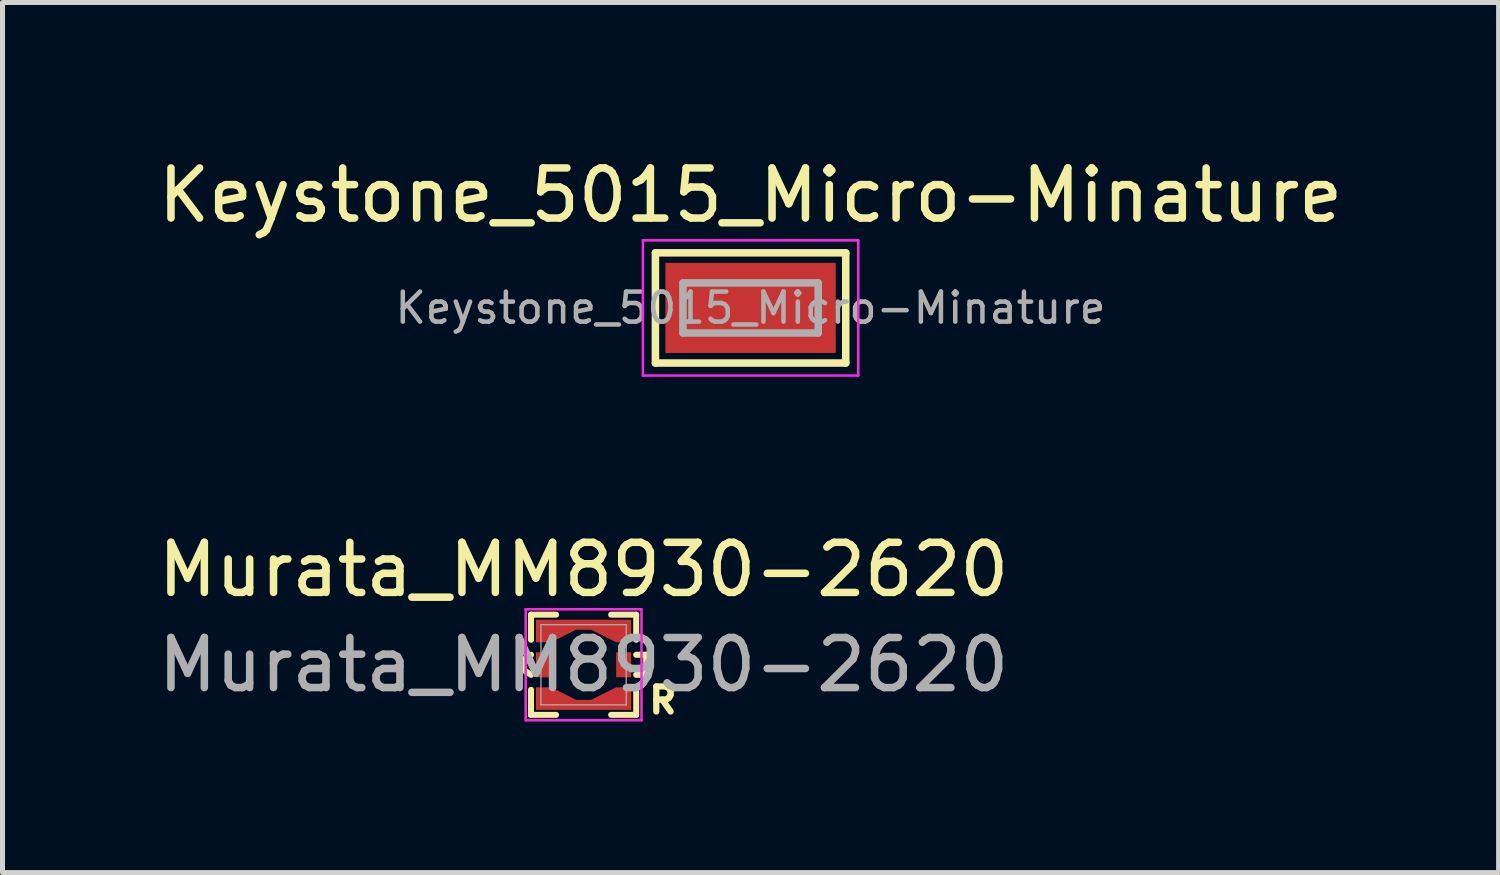
<source format=kicad_pcb>
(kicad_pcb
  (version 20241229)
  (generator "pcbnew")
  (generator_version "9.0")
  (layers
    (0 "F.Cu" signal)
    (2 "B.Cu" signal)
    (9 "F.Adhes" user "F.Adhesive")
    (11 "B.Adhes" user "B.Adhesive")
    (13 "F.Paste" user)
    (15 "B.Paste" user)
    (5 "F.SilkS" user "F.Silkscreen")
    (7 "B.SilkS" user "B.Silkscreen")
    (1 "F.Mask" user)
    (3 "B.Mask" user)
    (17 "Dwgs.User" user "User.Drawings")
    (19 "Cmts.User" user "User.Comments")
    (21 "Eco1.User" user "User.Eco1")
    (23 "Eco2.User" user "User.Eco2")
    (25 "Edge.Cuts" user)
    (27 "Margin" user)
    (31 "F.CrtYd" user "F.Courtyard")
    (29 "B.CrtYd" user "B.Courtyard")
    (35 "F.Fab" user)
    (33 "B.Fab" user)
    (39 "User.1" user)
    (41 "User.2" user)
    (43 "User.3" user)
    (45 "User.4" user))
  (footprint "Murata_MM8930-2620"
    (layer "F.Cu")
    (at 8.601 10.222)
    (property "Reference" "Murata_MM8930-2620" (at 0 -1.9 0) (unlocked yes) (layer "F.SilkS") (effects (font (size 1 1) (thickness 0.15))))
    (attr smd)
    (fp_line (start -1.2 -0.1) (end -1.2 0.1) (stroke (width 0.12) (type default)) (layer "F.SilkS"))
    (fp_line (start -1.2 0.1) (end -1.05 0.2) (stroke (width 0.12) (type default)) (layer "F.SilkS"))
    (fp_line (start -1.05 -1) (end -1.05 -0.5) (stroke (width 0.12) (type default)) (layer "F.SilkS"))
    (fp_line (start -1.05 -1) (end -0.55 -1) (stroke (width 0.12) (type default)) (layer "F.SilkS"))
    (fp_line (start -1.05 -0.2) (end -1.2 -0.1) (stroke (width 0.12) (type default)) (layer "F.SilkS"))
    (fp_line (start -1.05 1) (end -1.05 0.5) (stroke (width 0.12) (type default)) (layer "F.SilkS"))
    (fp_line (start -1.05 1) (end -0.55 1) (stroke (width 0.12) (type default)) (layer "F.SilkS"))
    (fp_line (start 1.05 -1) (end 0.55 -1) (stroke (width 0.12) (type default)) (layer "F.SilkS"))
    (fp_line (start 1.05 -1) (end 1.05 -0.5) (stroke (width 0.12) (type default)) (layer "F.SilkS"))
    (fp_line (start 1.05 -0.2) (end 1.25 -0.2) (stroke (width 0.12) (type default)) (layer "F.SilkS"))
    (fp_line (start 1.05 1) (end 0.55 1) (stroke (width 0.12) (type default)) (layer "F.SilkS"))
    (fp_line (start 1.05 1) (end 1.05 0.5) (stroke (width 0.12) (type default)) (layer "F.SilkS"))
    (fp_line (start 1.25 -0.2) (end 1.25 0.2) (stroke (width 0.12) (type default)) (layer "F.SilkS"))
    (fp_line (start 1.25 0.2) (end 1.05 0.2) (stroke (width 0.12) (type default)) (layer "F.SilkS"))
    (fp_line (start -1.156 -1.108) (end -1.156 1.108) (stroke (width 0.05) (type solid)) (layer "F.CrtYd"))
    (fp_line (start -1.156 1.108) (end 1.156 1.108) (stroke (width 0.05) (type solid)) (layer "F.CrtYd"))
    (fp_line (start 1.156 -1.108) (end -1.156 -1.108) (stroke (width 0.05) (type solid)) (layer "F.CrtYd"))
    (fp_line (start 1.156 1.108) (end 1.156 -1.108) (stroke (width 0.05) (type solid)) (layer "F.CrtYd"))
    (fp_line (start -0.851 -0.8) (end -0.851 0.8) (stroke (width 0.025) (type solid)) (layer "F.Fab"))
    (fp_line (start -0.851 0.8) (end 0.851 0.8) (stroke (width 0.025) (type solid)) (layer "F.Fab"))
    (fp_line (start 0.851 -0.8) (end -0.851 -0.8) (stroke (width 0.025) (type solid)) (layer "F.Fab"))
    (fp_line (start 0.851 0.8) (end 0.851 -0.8) (stroke (width 0.025) (type solid)) (layer "F.Fab"))
    (fp_text user "R" (at 1.25 1 0) (unlocked yes) (layer "F.SilkS") (effects (font (size 0.5 0.5) (thickness 0.125)) (justify left bottom)))
    (fp_text user "${REFERENCE}" (at 0 0 0) (unlocked yes) (layer "F.Fab") (effects (font (size 1 1) (thickness 0.15))))
    (pad "" smd custom (at -0.6 -0.875) (size 0.7 0.05) (layers "F.Paste") (options (anchor rect)) (primitives (gr_poly (pts (xy -0.35 -0.025) (xy -0.35 0.425) (xy -0.05 0.425) (xy 0.45 0.175) (xy 0.45 -0.025)) (width 0) (fill yes))))
    (pad "" smd custom (at -0.6 0.875 180) (size 0.7 0.05) (layers "F.Paste") (options (anchor rect)) (primitives (gr_poly (pts (xy 0.35 -0.025) (xy 0.35 0.425) (xy 0.05 0.425) (xy -0.45 0.175) (xy -0.45 -0.025)) (width 0) (fill yes))))
    (pad "" smd custom (at 0.6 -0.875) (size 0.7 0.05) (layers "F.Paste") (options (anchor rect)) (primitives (gr_poly (pts (xy 0.35 -0.025) (xy 0.35 0.425) (xy 0.05 0.425) (xy -0.45 0.175) (xy -0.45 -0.025)) (width 0) (fill yes))))
    (pad "" smd custom (at 0.6 0.875 180) (size 0.7 0.05) (layers "F.Paste") (options (anchor rect)) (primitives (gr_poly (pts (xy -0.35 -0.025) (xy -0.35 0.425) (xy -0.05 0.425) (xy 0.45 0.175) (xy 0.45 -0.025)) (width 0) (fill yes))))
    (pad "1" smd rect (at -0.8 0) (size 0.3 0.5) (layers "F.Cu" "F.Mask" "F.Paste"))
    (pad "2" smd rect (at 0.8 0) (size 0.3 0.5) (layers "F.Cu" "F.Mask" "F.Paste"))
    (pad "3" smd custom (at 0 -0.85) (size 1.9 0.1) (layers "F.Cu" "F.Mask") (options (anchor rect)) (primitives (gr_poly (pts (xy -0.95 0.4) (xy -0.65 0.4) (xy -0.15 0.15) (xy 0.15 0.15) (xy 0.65 0.4) (xy 0.95 0.4) (xy 0.95 -0.05) (xy -0.95 -0.05)) (width 0) (fill yes))))
    (pad "3" smd custom (at 0 0.85 180) (size 1.9 0.1) (layers "F.Cu" "F.Mask") (options (anchor rect)) (primitives (gr_poly (pts (xy -0.95 0.4) (xy -0.65 0.4) (xy -0.15 0.15) (xy 0.15 0.15) (xy 0.65 0.4) (xy 0.95 0.4) (xy 0.95 -0.05) (xy -0.95 -0.05)) (width 0) (fill yes))))
    (zone (net_name "") (layer "F.Cu") (hatch edge 0.5) (connect_pads) (min_thickness 0.25) (filled_areas_thickness no) (keepout (tracks not_allowed) (vias not_allowed) (pads allowed) (copperpour allowed) (footprints allowed)) (placement (enabled no)) (fill) (polygon (pts (xy 8.051 9.822) (xy 8.051 10.621) (xy 8.451 10.822) (xy 8.751 10.822) (xy 9.151 10.621) (xy 9.151 9.822) (xy 8.751 9.621) (xy 8.451 9.621)))))
  (footprint "Keystone_5015_Micro-Minature"
    (layer "F.Cu")
    (at 11.935 3.098)
    (property "Reference" "Keystone_5015_Micro-Minature" (at 0 -2.25 0) (layer "F.SilkS") (effects (font (size 1 1) (thickness 0.15))))
    (attr smd)
    (fp_line (start -1.9 -1.1) (end 1.9 -1.1) (stroke (width 0.15) (type solid)) (layer "F.SilkS"))
    (fp_line (start -1.9 1.1) (end -1.9 -1.1) (stroke (width 0.15) (type solid)) (layer "F.SilkS"))
    (fp_line (start 1.9 -1.1) (end 1.9 1.1) (stroke (width 0.15) (type solid)) (layer "F.SilkS"))
    (fp_line (start 1.9 1.1) (end -1.9 1.1) (stroke (width 0.15) (type solid)) (layer "F.SilkS"))
    (fp_line (start -2.15 -1.35) (end 2.15 -1.35) (stroke (width 0.05) (type solid)) (layer "F.CrtYd"))
    (fp_line (start -2.15 1.35) (end -2.15 -1.35) (stroke (width 0.05) (type solid)) (layer "F.CrtYd"))
    (fp_line (start 2.15 -1.35) (end 2.15 1.35) (stroke (width 0.05) (type solid)) (layer "F.CrtYd"))
    (fp_line (start 2.15 1.35) (end -2.15 1.35) (stroke (width 0.05) (type solid)) (layer "F.CrtYd"))
    (fp_line (start -1.35 0.5) (end -1.35 -0.5) (stroke (width 0.15) (type solid)) (layer "F.Fab"))
    (fp_line (start -1.35 0.5) (end 1.35 0.5) (stroke (width 0.15) (type solid)) (layer "F.Fab"))
    (fp_line (start 1.35 -0.5) (end -1.35 -0.5) (stroke (width 0.15) (type solid)) (layer "F.Fab"))
    (fp_line (start 1.35 -0.5) (end 1.35 0.5) (stroke (width 0.15) (type solid)) (layer "F.Fab"))
    (fp_text user "${REFERENCE}" (at 0 0 0) (layer "F.Fab") (effects (font (size 0.6 0.6) (thickness 0.09))))
    (pad "1" smd rect (at 0 0) (size 3.4 1.8) (layers "F.Cu" "F.Mask" "F.Paste")))
  (gr_rect
    (start -3 -3)
    (end 26.869 14.37)
    (stroke (width 0.1) (type default))
    (fill no)
    (layer "Edge.Cuts")))
</source>
